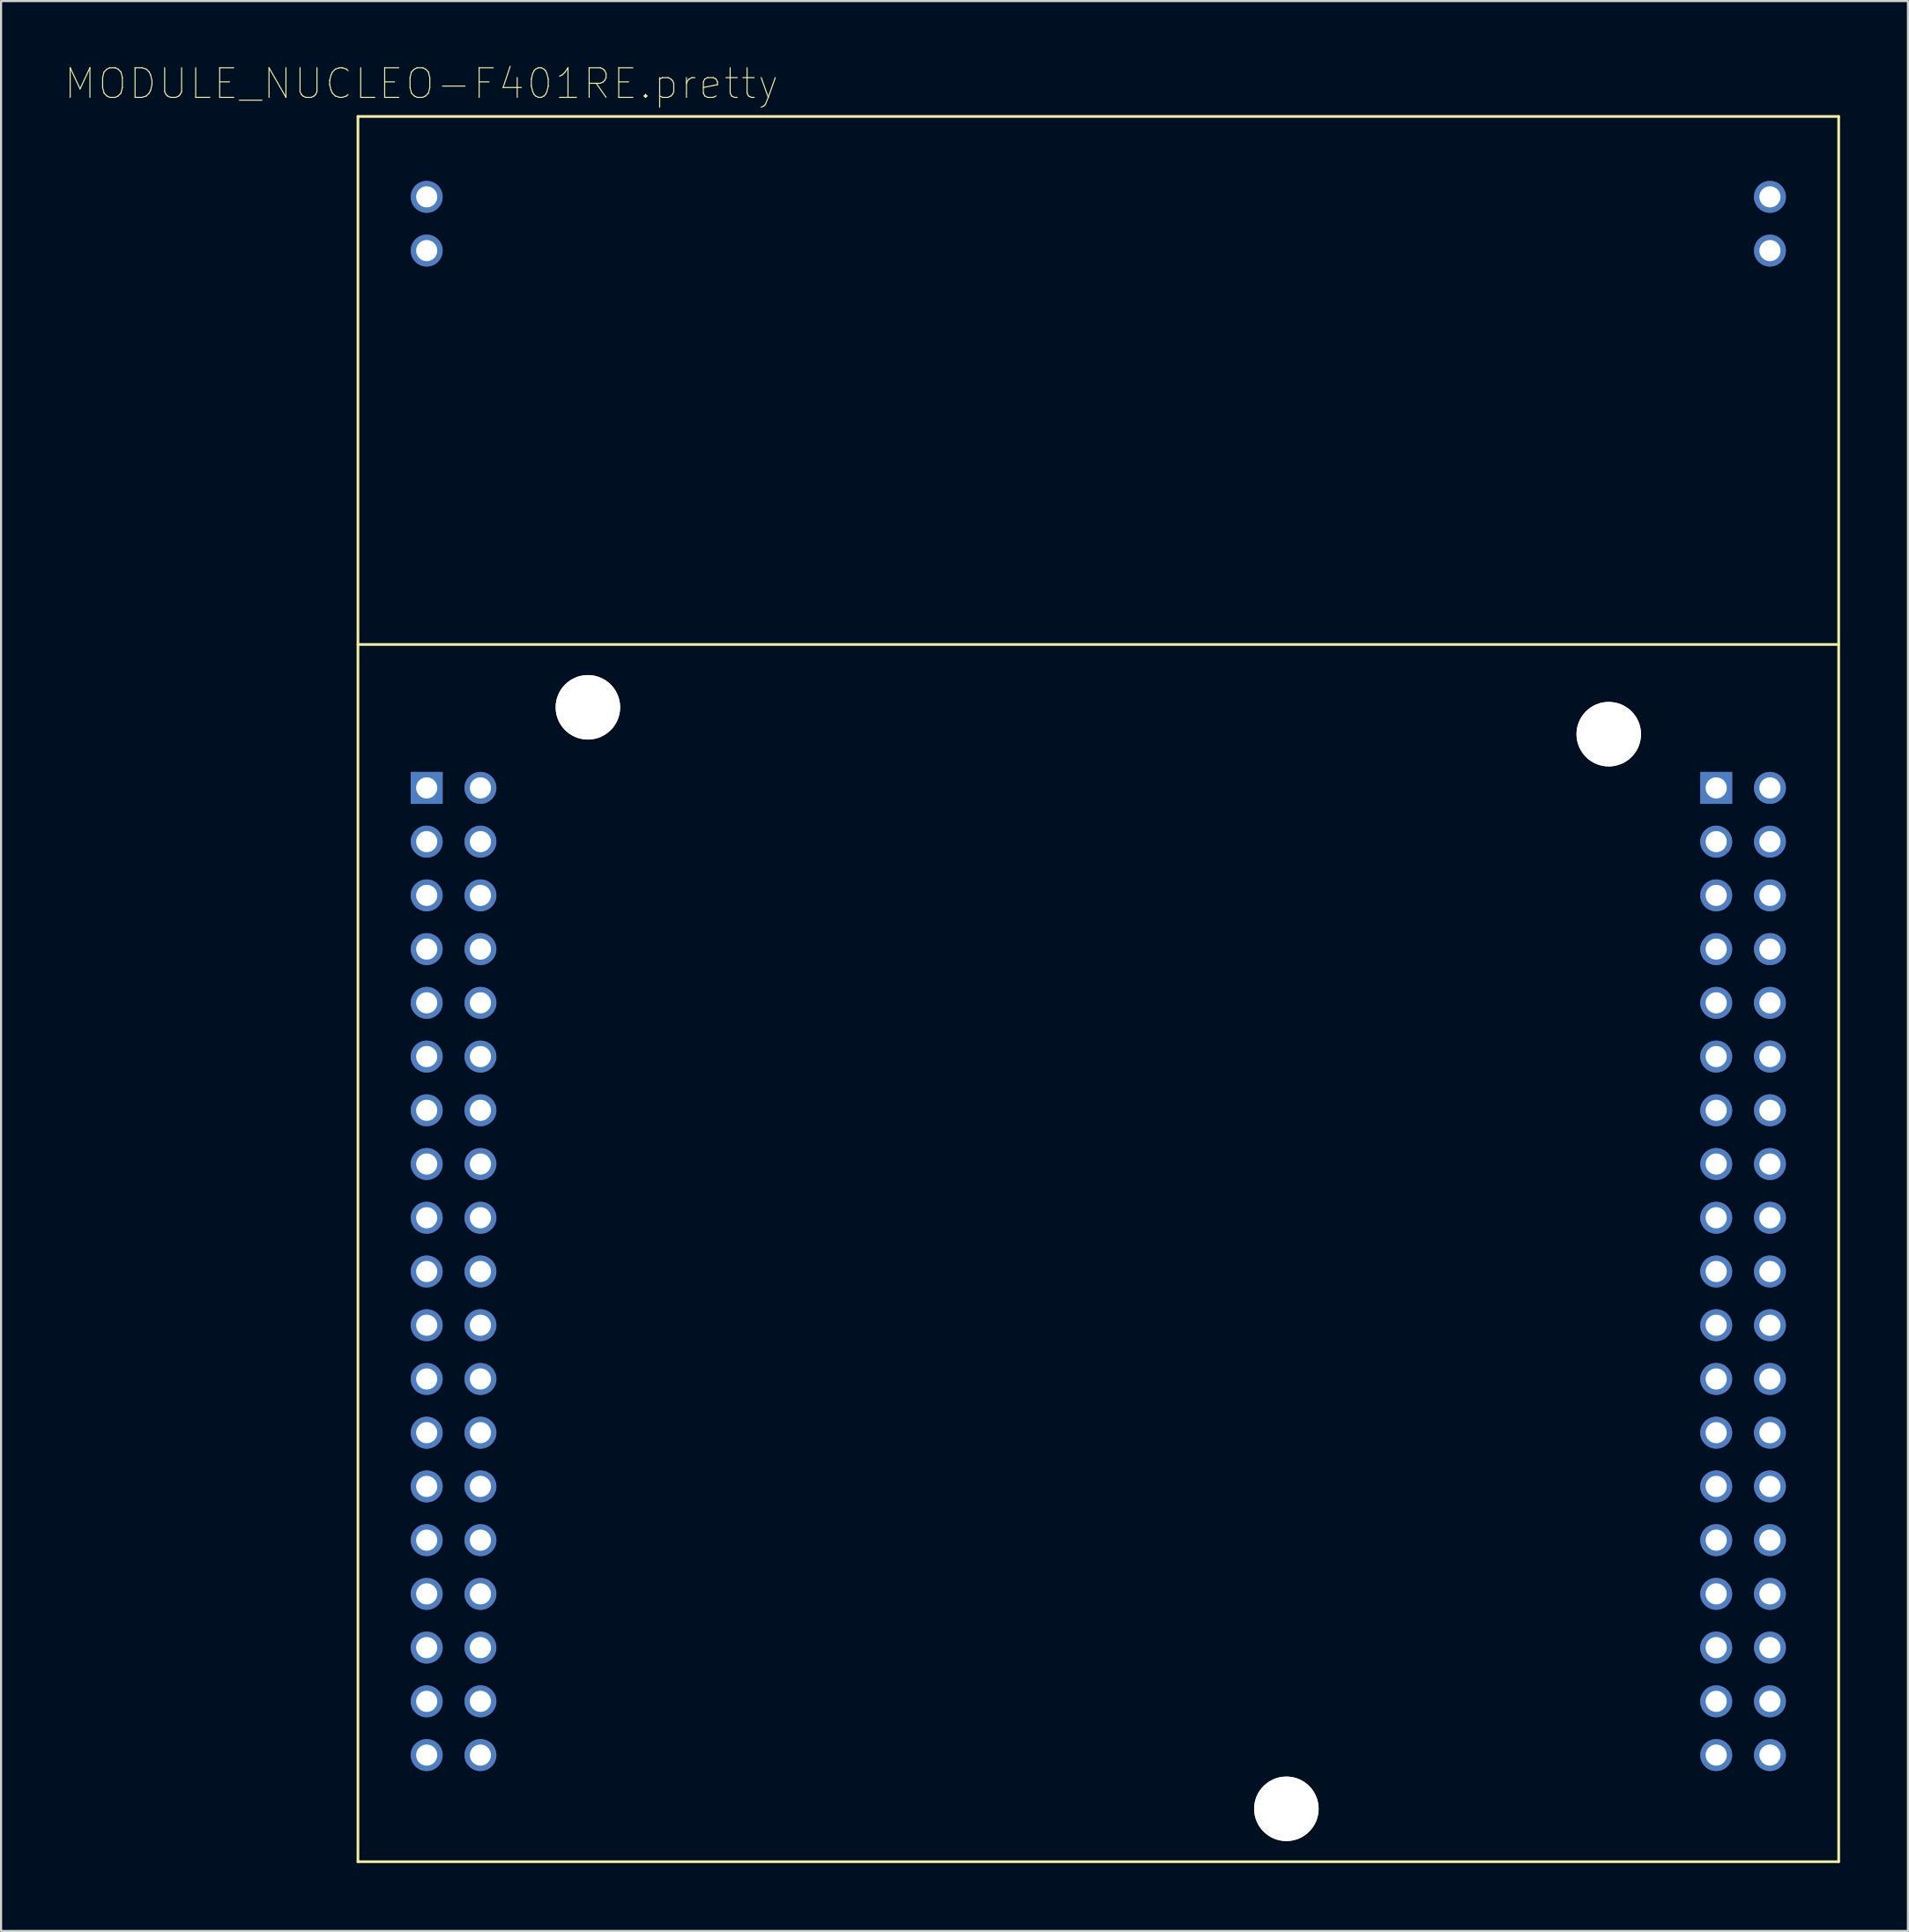
<source format=kicad_pcb>
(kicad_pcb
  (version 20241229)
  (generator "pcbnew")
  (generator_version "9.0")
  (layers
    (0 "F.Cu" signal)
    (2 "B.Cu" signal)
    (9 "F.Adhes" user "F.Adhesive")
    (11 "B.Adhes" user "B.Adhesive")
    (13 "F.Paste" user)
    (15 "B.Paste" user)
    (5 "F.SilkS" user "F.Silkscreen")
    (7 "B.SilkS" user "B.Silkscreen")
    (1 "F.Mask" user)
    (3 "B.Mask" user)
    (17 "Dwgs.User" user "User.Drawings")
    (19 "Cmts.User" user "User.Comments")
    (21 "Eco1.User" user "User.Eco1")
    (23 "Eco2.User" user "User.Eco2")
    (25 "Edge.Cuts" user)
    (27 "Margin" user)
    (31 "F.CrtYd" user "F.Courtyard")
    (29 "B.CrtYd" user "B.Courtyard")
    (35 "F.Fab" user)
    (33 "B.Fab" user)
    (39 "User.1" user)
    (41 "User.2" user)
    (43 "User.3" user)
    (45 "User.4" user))
  (footprint "MODULE_NUCLEO-F401RE.pretty"
    (layer "F.Cu")
    (at 48.872 43.706)
    (property "Reference" "MODULE_NUCLEO-F401RE.pretty" (at -32.004 -42.799 0) (layer "F.SilkS") (effects (font (size 1.4 1.4) (thickness 0.05))))
    (attr through_hole)
    (fp_line (start -35 -41.25) (end 35 -41.25) (stroke (width 0.127) (type solid)) (layer "F.SilkS"))
    (fp_line (start -35 41.25) (end -35 -41.25) (stroke (width 0.127) (type solid)) (layer "F.SilkS"))
    (fp_line (start 35 -41.25) (end 35 41.25) (stroke (width 0.127) (type solid)) (layer "F.SilkS"))
    (fp_line (start 35 -16.29) (end -35 -16.29) (stroke (width 0.127) (type solid)) (layer "F.SilkS"))
    (fp_line (start 35 41.25) (end -35 41.25) (stroke (width 0.127) (type solid)) (layer "F.SilkS"))
    (fp_line (start -35.25 -41.5) (end 35.25 -41.5) (stroke (width 0.05) (type solid)) (layer "Eco1.User"))
    (fp_line (start -35.25 41.5) (end -35.25 -41.5) (stroke (width 0.05) (type solid)) (layer "Eco1.User"))
    (fp_line (start 35.25 -41.5) (end 35.25 41.5) (stroke (width 0.05) (type solid)) (layer "Eco1.User"))
    (fp_line (start 35.25 41.5) (end -35.25 41.5) (stroke (width 0.05) (type solid)) (layer "Eco1.User"))
    (fp_line (start -35 -41.25) (end 35 -41.25) (stroke (width 0.127) (type solid)) (layer "Eco2.User"))
    (fp_line (start -35 41.25) (end -35 -41.25) (stroke (width 0.127) (type solid)) (layer "Eco2.User"))
    (fp_line (start 35 -41.25) (end 35 41.25) (stroke (width 0.127) (type solid)) (layer "Eco2.User"))
    (fp_line (start 35 41.25) (end -35 41.25) (stroke (width 0.127) (type solid)) (layer "Eco2.User"))
    (pad "" np_thru_hole circle (at -24.13 -13.32) (size 3.05 3.05) (drill 3.05) (layers "*.Cu" "*.Mask" "F.SilkS"))
    (pad "" np_thru_hole circle (at 8.89 38.75) (size 3.05 3.05) (drill 3.05) (layers "*.Cu" "*.Mask" "F.SilkS"))
    (pad "" np_thru_hole circle (at 24.13 -12.05) (size 3.05 3.05) (drill 3.05) (layers "*.Cu" "*.Mask" "F.SilkS"))
    (pad "1" thru_hole rect (at -31.75 -9.51) (size 1.508 1.508) (drill 1) (layers "*.Cu" "*.Mask"))
    (pad "2" thru_hole circle (at -29.21 -9.51) (size 1.508 1.508) (drill 1) (layers "*.Cu" "*.Mask"))
    (pad "3" thru_hole circle (at -31.75 -6.97) (size 1.508 1.508) (drill 1) (layers "*.Cu" "*.Mask"))
    (pad "4" thru_hole circle (at -29.21 -6.97) (size 1.508 1.508) (drill 1) (layers "*.Cu" "*.Mask"))
    (pad "5" thru_hole circle (at -31.75 -4.43) (size 1.508 1.508) (drill 1) (layers "*.Cu" "*.Mask"))
    (pad "6" thru_hole circle (at -29.21 -4.43) (size 1.508 1.508) (drill 1) (layers "*.Cu" "*.Mask"))
    (pad "7" thru_hole circle (at -31.75 -1.89) (size 1.508 1.508) (drill 1) (layers "*.Cu" "*.Mask"))
    (pad "8" thru_hole circle (at -29.21 -1.89) (size 1.508 1.508) (drill 1) (layers "*.Cu" "*.Mask"))
    (pad "9" thru_hole circle (at -31.75 0.65) (size 1.508 1.508) (drill 1) (layers "*.Cu" "*.Mask"))
    (pad "10" thru_hole circle (at -29.21 0.65) (size 1.508 1.508) (drill 1) (layers "*.Cu" "*.Mask"))
    (pad "11" thru_hole circle (at -31.75 3.19) (size 1.508 1.508) (drill 1) (layers "*.Cu" "*.Mask"))
    (pad "12" thru_hole circle (at -29.21 3.19) (size 1.508 1.508) (drill 1) (layers "*.Cu" "*.Mask"))
    (pad "13" thru_hole circle (at -31.75 5.73) (size 1.508 1.508) (drill 1) (layers "*.Cu" "*.Mask"))
    (pad "14" thru_hole circle (at -29.21 5.73) (size 1.508 1.508) (drill 1) (layers "*.Cu" "*.Mask"))
    (pad "15" thru_hole circle (at -31.75 8.27) (size 1.508 1.508) (drill 1) (layers "*.Cu" "*.Mask"))
    (pad "16" thru_hole circle (at -29.21 8.27) (size 1.508 1.508) (drill 1) (layers "*.Cu" "*.Mask"))
    (pad "17" thru_hole circle (at -31.75 10.81) (size 1.508 1.508) (drill 1) (layers "*.Cu" "*.Mask"))
    (pad "18" thru_hole circle (at -29.21 10.81) (size 1.508 1.508) (drill 1) (layers "*.Cu" "*.Mask"))
    (pad "19" thru_hole circle (at -31.75 13.35) (size 1.508 1.508) (drill 1) (layers "*.Cu" "*.Mask"))
    (pad "20" thru_hole circle (at -29.21 13.35) (size 1.508 1.508) (drill 1) (layers "*.Cu" "*.Mask"))
    (pad "21" thru_hole circle (at -31.75 15.89) (size 1.508 1.508) (drill 1) (layers "*.Cu" "*.Mask"))
    (pad "22" thru_hole circle (at -29.21 15.89) (size 1.508 1.508) (drill 1) (layers "*.Cu" "*.Mask"))
    (pad "23" thru_hole circle (at -31.75 18.43) (size 1.508 1.508) (drill 1) (layers "*.Cu" "*.Mask"))
    (pad "24" thru_hole circle (at -29.21 18.43) (size 1.508 1.508) (drill 1) (layers "*.Cu" "*.Mask"))
    (pad "25" thru_hole circle (at -31.75 20.97) (size 1.508 1.508) (drill 1) (layers "*.Cu" "*.Mask"))
    (pad "26" thru_hole circle (at -29.21 20.97) (size 1.508 1.508) (drill 1) (layers "*.Cu" "*.Mask"))
    (pad "27" thru_hole circle (at -31.75 23.51) (size 1.508 1.508) (drill 1) (layers "*.Cu" "*.Mask"))
    (pad "28" thru_hole circle (at -29.21 23.51) (size 1.508 1.508) (drill 1) (layers "*.Cu" "*.Mask"))
    (pad "29" thru_hole circle (at -31.75 26.05) (size 1.508 1.508) (drill 1) (layers "*.Cu" "*.Mask"))
    (pad "30" thru_hole circle (at -29.21 26.05) (size 1.508 1.508) (drill 1) (layers "*.Cu" "*.Mask"))
    (pad "31" thru_hole circle (at -31.75 28.59) (size 1.508 1.508) (drill 1) (layers "*.Cu" "*.Mask"))
    (pad "32" thru_hole circle (at -29.21 28.59) (size 1.508 1.508) (drill 1) (layers "*.Cu" "*.Mask"))
    (pad "33" thru_hole circle (at -31.75 31.13) (size 1.508 1.508) (drill 1) (layers "*.Cu" "*.Mask"))
    (pad "34" thru_hole circle (at -29.21 31.13) (size 1.508 1.508) (drill 1) (layers "*.Cu" "*.Mask"))
    (pad "35" thru_hole circle (at -31.75 33.67) (size 1.508 1.508) (drill 1) (layers "*.Cu" "*.Mask"))
    (pad "36" thru_hole circle (at -29.21 33.67) (size 1.508 1.508) (drill 1) (layers "*.Cu" "*.Mask"))
    (pad "37" thru_hole circle (at -31.75 36.21) (size 1.508 1.508) (drill 1) (layers "*.Cu" "*.Mask"))
    (pad "38" thru_hole circle (at -29.21 36.21) (size 1.508 1.508) (drill 1) (layers "*.Cu" "*.Mask"))
    (pad "39" thru_hole rect (at 29.21 -9.51) (size 1.508 1.508) (drill 1) (layers "*.Cu" "*.Mask"))
    (pad "40" thru_hole circle (at 31.75 -9.51) (size 1.508 1.508) (drill 1) (layers "*.Cu" "*.Mask"))
    (pad "41" thru_hole circle (at 29.21 -6.97) (size 1.508 1.508) (drill 1) (layers "*.Cu" "*.Mask"))
    (pad "42" thru_hole circle (at 31.75 -6.97) (size 1.508 1.508) (drill 1) (layers "*.Cu" "*.Mask"))
    (pad "43" thru_hole circle (at 29.21 -4.43) (size 1.508 1.508) (drill 1) (layers "*.Cu" "*.Mask"))
    (pad "44" thru_hole circle (at 31.75 -4.43) (size 1.508 1.508) (drill 1) (layers "*.Cu" "*.Mask"))
    (pad "45" thru_hole circle (at 29.21 -1.89) (size 1.508 1.508) (drill 1) (layers "*.Cu" "*.Mask"))
    (pad "46" thru_hole circle (at 31.75 -1.89) (size 1.508 1.508) (drill 1) (layers "*.Cu" "*.Mask"))
    (pad "47" thru_hole circle (at 29.21 0.65) (size 1.508 1.508) (drill 1) (layers "*.Cu" "*.Mask"))
    (pad "48" thru_hole circle (at 31.75 0.65) (size 1.508 1.508) (drill 1) (layers "*.Cu" "*.Mask"))
    (pad "49" thru_hole circle (at 29.21 3.19) (size 1.508 1.508) (drill 1) (layers "*.Cu" "*.Mask"))
    (pad "50" thru_hole circle (at 31.75 3.19) (size 1.508 1.508) (drill 1) (layers "*.Cu" "*.Mask"))
    (pad "51" thru_hole circle (at 29.21 5.73) (size 1.508 1.508) (drill 1) (layers "*.Cu" "*.Mask"))
    (pad "52" thru_hole circle (at 31.75 5.73) (size 1.508 1.508) (drill 1) (layers "*.Cu" "*.Mask"))
    (pad "53" thru_hole circle (at 29.21 8.27) (size 1.508 1.508) (drill 1) (layers "*.Cu" "*.Mask"))
    (pad "54" thru_hole circle (at 31.75 8.27) (size 1.508 1.508) (drill 1) (layers "*.Cu" "*.Mask"))
    (pad "55" thru_hole circle (at 29.21 10.81) (size 1.508 1.508) (drill 1) (layers "*.Cu" "*.Mask"))
    (pad "56" thru_hole circle (at 31.75 10.81) (size 1.508 1.508) (drill 1) (layers "*.Cu" "*.Mask"))
    (pad "57" thru_hole circle (at 29.21 13.35) (size 1.508 1.508) (drill 1) (layers "*.Cu" "*.Mask"))
    (pad "58" thru_hole circle (at 31.75 13.35) (size 1.508 1.508) (drill 1) (layers "*.Cu" "*.Mask"))
    (pad "59" thru_hole circle (at 29.21 15.89) (size 1.508 1.508) (drill 1) (layers "*.Cu" "*.Mask"))
    (pad "60" thru_hole circle (at 31.75 15.89) (size 1.508 1.508) (drill 1) (layers "*.Cu" "*.Mask"))
    (pad "61" thru_hole circle (at 29.21 18.43) (size 1.508 1.508) (drill 1) (layers "*.Cu" "*.Mask"))
    (pad "62" thru_hole circle (at 31.75 18.43) (size 1.508 1.508) (drill 1) (layers "*.Cu" "*.Mask"))
    (pad "63" thru_hole circle (at 29.21 20.97) (size 1.508 1.508) (drill 1) (layers "*.Cu" "*.Mask"))
    (pad "64" thru_hole circle (at 31.75 20.97) (size 1.508 1.508) (drill 1) (layers "*.Cu" "*.Mask"))
    (pad "65" thru_hole circle (at 29.21 23.51) (size 1.508 1.508) (drill 1) (layers "*.Cu" "*.Mask"))
    (pad "66" thru_hole circle (at 31.75 23.51) (size 1.508 1.508) (drill 1) (layers "*.Cu" "*.Mask"))
    (pad "67" thru_hole circle (at 29.21 26.05) (size 1.508 1.508) (drill 1) (layers "*.Cu" "*.Mask"))
    (pad "68" thru_hole circle (at 31.75 26.05) (size 1.508 1.508) (drill 1) (layers "*.Cu" "*.Mask"))
    (pad "69" thru_hole circle (at 29.21 28.59) (size 1.508 1.508) (drill 1) (layers "*.Cu" "*.Mask"))
    (pad "70" thru_hole circle (at 31.75 28.59) (size 1.508 1.508) (drill 1) (layers "*.Cu" "*.Mask"))
    (pad "71" thru_hole circle (at 29.21 31.13) (size 1.508 1.508) (drill 1) (layers "*.Cu" "*.Mask"))
    (pad "72" thru_hole circle (at 31.75 31.13) (size 1.508 1.508) (drill 1) (layers "*.Cu" "*.Mask"))
    (pad "73" thru_hole circle (at 29.21 33.67) (size 1.508 1.508) (drill 1) (layers "*.Cu" "*.Mask"))
    (pad "74" thru_hole circle (at 31.75 33.67) (size 1.508 1.508) (drill 1) (layers "*.Cu" "*.Mask"))
    (pad "75" thru_hole circle (at 29.21 36.21) (size 1.508 1.508) (drill 1) (layers "*.Cu" "*.Mask"))
    (pad "76" thru_hole circle (at 31.75 36.21) (size 1.508 1.508) (drill 1) (layers "*.Cu" "*.Mask"))
    (pad "77" thru_hole circle (at -31.75 -37.45) (size 1.508 1.508) (drill 1) (layers "*.Cu" "*.Mask"))
    (pad "78" thru_hole circle (at -31.75 -34.91) (size 1.508 1.508) (drill 1) (layers "*.Cu" "*.Mask"))
    (pad "79" thru_hole circle (at 31.75 -37.45) (size 1.508 1.508) (drill 1) (layers "*.Cu" "*.Mask"))
    (pad "80" thru_hole circle (at 31.75 -34.91) (size 1.508 1.508) (drill 1) (layers "*.Cu" "*.Mask")))
  (gr_rect
    (start -3 -3)
    (end 87.147 88.231)
    (stroke (width 0.1) (type default))
    (fill no)
    (layer "Edge.Cuts")))
</source>
